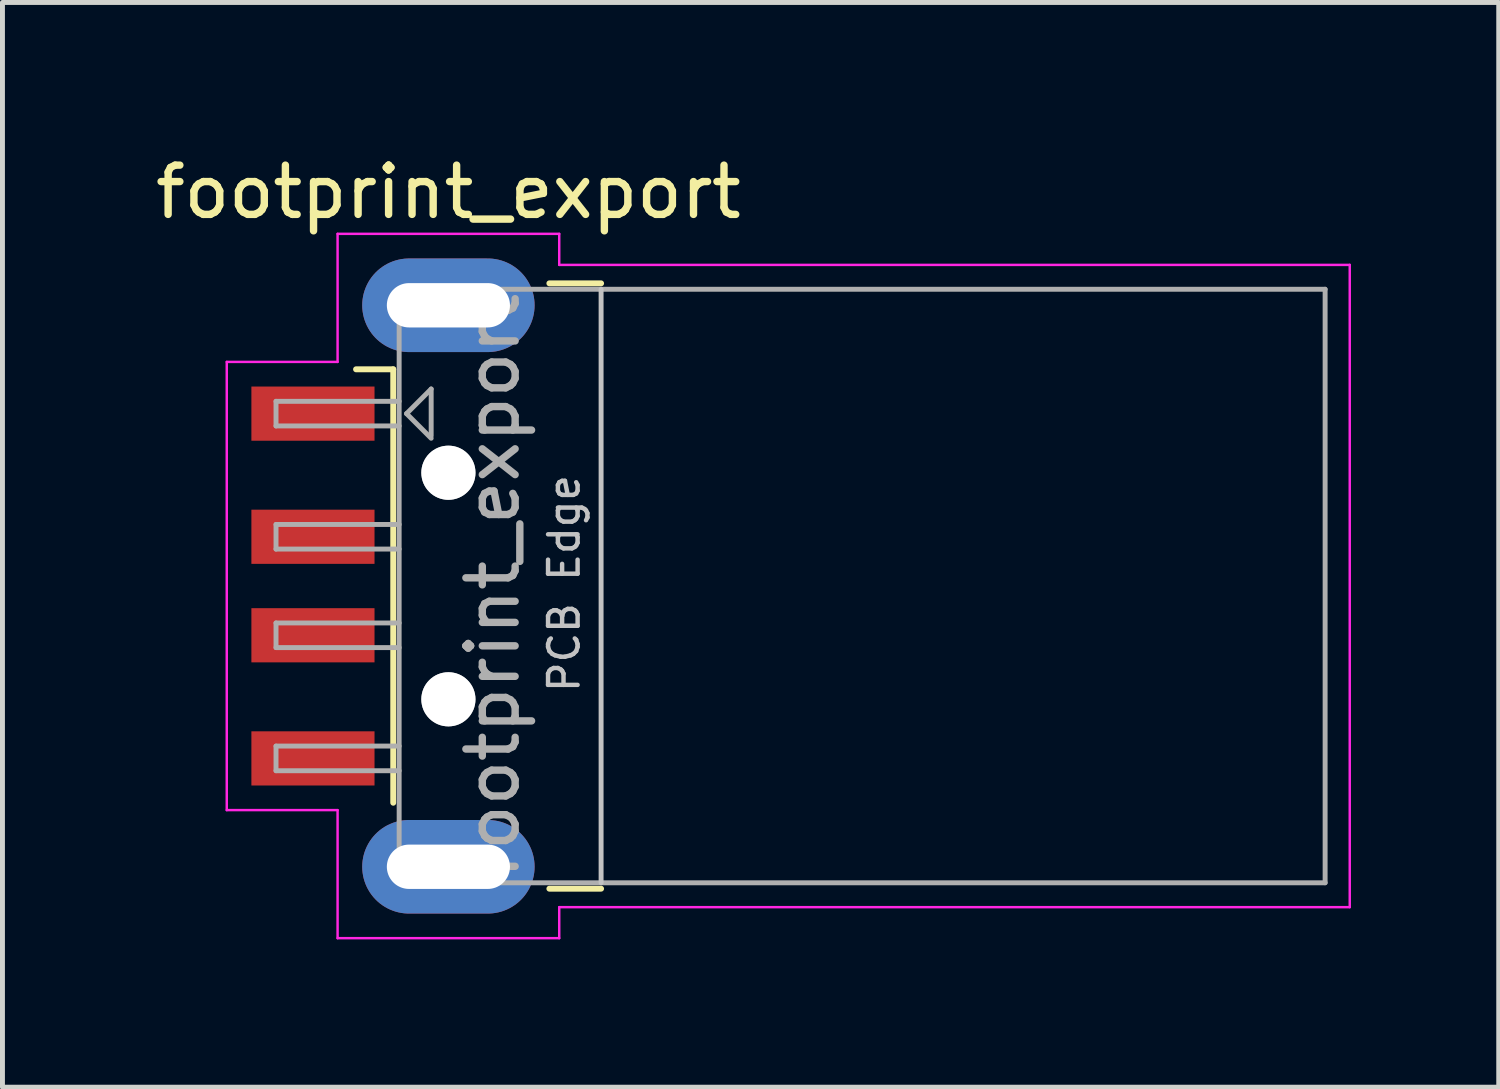
<source format=kicad_pcb>
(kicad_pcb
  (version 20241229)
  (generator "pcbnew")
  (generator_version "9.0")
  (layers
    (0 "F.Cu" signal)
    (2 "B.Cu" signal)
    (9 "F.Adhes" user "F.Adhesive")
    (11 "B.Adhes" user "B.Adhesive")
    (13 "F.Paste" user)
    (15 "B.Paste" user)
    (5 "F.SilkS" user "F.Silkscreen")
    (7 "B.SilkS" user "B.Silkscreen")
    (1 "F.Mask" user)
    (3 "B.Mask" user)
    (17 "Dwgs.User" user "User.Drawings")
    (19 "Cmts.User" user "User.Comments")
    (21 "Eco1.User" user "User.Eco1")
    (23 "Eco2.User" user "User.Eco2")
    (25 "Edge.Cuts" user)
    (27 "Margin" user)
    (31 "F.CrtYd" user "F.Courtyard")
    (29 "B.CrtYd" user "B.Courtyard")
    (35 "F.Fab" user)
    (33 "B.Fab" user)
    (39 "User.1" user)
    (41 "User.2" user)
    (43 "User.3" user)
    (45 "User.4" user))
  (footprint "footprint_export"
    (layer "F.Cu")
    (at 12.954 8.848)
    (property "Reference" "footprint_export" (at -6.9 -8 0) (layer "F.SilkS") (effects (font (size 1 1) (thickness 0.15))))
    (attr smd)
    (fp_line (start -8.02 -4.4) (end -8.775 -4.4) (stroke (width 0.12) (type solid)) (layer "F.SilkS"))
    (fp_line (start -8.02 -4.4) (end -8.02 4.4) (stroke (width 0.12) (type solid)) (layer "F.SilkS"))
    (fp_line (start -4.85 -6.145) (end -3.8 -6.145) (stroke (width 0.12) (type solid)) (layer "F.SilkS"))
    (fp_line (start -4.85 6.145) (end -3.8 6.145) (stroke (width 0.12) (type solid)) (layer "F.SilkS"))
    (fp_line (start -3.8 6.025) (end -3.8 -6.025) (stroke (width 0.1) (type solid)) (layer "Dwgs.User"))
    (fp_line (start -11.4 -4.55) (end -9.15 -4.55) (stroke (width 0.05) (type solid)) (layer "F.CrtYd"))
    (fp_line (start -11.4 4.55) (end -11.4 -4.55) (stroke (width 0.05) (type solid)) (layer "F.CrtYd"))
    (fp_line (start -11.4 4.55) (end -9.15 4.55) (stroke (width 0.05) (type solid)) (layer "F.CrtYd"))
    (fp_line (start -9.15 -7.15) (end -9.15 -4.55) (stroke (width 0.05) (type solid)) (layer "F.CrtYd"))
    (fp_line (start -9.15 -7.15) (end -4.65 -7.15) (stroke (width 0.05) (type solid)) (layer "F.CrtYd"))
    (fp_line (start -9.15 4.55) (end -9.15 7.15) (stroke (width 0.05) (type solid)) (layer "F.CrtYd"))
    (fp_line (start -9.15 7.15) (end -4.65 7.15) (stroke (width 0.05) (type solid)) (layer "F.CrtYd"))
    (fp_line (start -4.65 -6.52) (end -4.65 -7.15) (stroke (width 0.05) (type solid)) (layer "F.CrtYd"))
    (fp_line (start -4.65 -6.52) (end 11.4 -6.52) (stroke (width 0.05) (type solid)) (layer "F.CrtYd"))
    (fp_line (start -4.65 6.52) (end 11.4 6.52) (stroke (width 0.05) (type solid)) (layer "F.CrtYd"))
    (fp_line (start -4.65 7.15) (end -4.65 6.52) (stroke (width 0.05) (type solid)) (layer "F.CrtYd"))
    (fp_line (start 11.4 6.52) (end 11.4 -6.52) (stroke (width 0.05) (type solid)) (layer "F.CrtYd"))
    (fp_line (start -10.4 -3.75) (end -7.9 -3.75) (stroke (width 0.1) (type solid)) (layer "F.Fab"))
    (fp_line (start -10.4 -3.25) (end -10.4 -3.75) (stroke (width 0.1) (type solid)) (layer "F.Fab"))
    (fp_line (start -10.4 -3.25) (end -7.9 -3.25) (stroke (width 0.1) (type solid)) (layer "F.Fab"))
    (fp_line (start -10.4 -1.25) (end -7.9 -1.25) (stroke (width 0.1) (type solid)) (layer "F.Fab"))
    (fp_line (start -10.4 -0.75) (end -10.4 -1.25) (stroke (width 0.1) (type solid)) (layer "F.Fab"))
    (fp_line (start -10.4 -0.75) (end -7.9 -0.75) (stroke (width 0.1) (type solid)) (layer "F.Fab"))
    (fp_line (start -10.4 0.75) (end -7.9 0.75) (stroke (width 0.1) (type solid)) (layer "F.Fab"))
    (fp_line (start -10.4 1.25) (end -10.4 0.75) (stroke (width 0.1) (type solid)) (layer "F.Fab"))
    (fp_line (start -10.4 1.25) (end -7.9 1.25) (stroke (width 0.1) (type solid)) (layer "F.Fab"))
    (fp_line (start -10.4 3.25) (end -7.9 3.25) (stroke (width 0.1) (type solid)) (layer "F.Fab"))
    (fp_line (start -10.4 3.75) (end -10.4 3.25) (stroke (width 0.1) (type solid)) (layer "F.Fab"))
    (fp_line (start -10.4 3.75) (end -7.9 3.75) (stroke (width 0.1) (type solid)) (layer "F.Fab"))
    (fp_line (start -7.9 -6.025) (end 10.9 -6.025) (stroke (width 0.1) (type solid)) (layer "F.Fab"))
    (fp_line (start -7.9 6.025) (end -7.9 -6.025) (stroke (width 0.1) (type solid)) (layer "F.Fab"))
    (fp_line (start -7.9 6.025) (end 10.9 6.025) (stroke (width 0.1) (type solid)) (layer "F.Fab"))
    (fp_line (start -7.75 -3.5) (end -7.25 -4) (stroke (width 0.1) (type solid)) (layer "F.Fab"))
    (fp_line (start -7.75 -3.5) (end -7.25 -3) (stroke (width 0.1) (type solid)) (layer "F.Fab"))
    (fp_line (start -7.25 -4) (end -7.25 -3.05) (stroke (width 0.1) (type solid)) (layer "F.Fab"))
    (fp_line (start 10.9 6.025) (end 10.9 -6.025) (stroke (width 0.1) (type solid)) (layer "F.Fab"))
    (fp_circle (center -6.9 -2.3) (end -6.9 -2.8) (stroke (width 0.1) (type solid)) (fill no) (layer "F.Fab"))
    (fp_circle (center -6.9 2.3) (end -6.9 2.8) (stroke (width 0.1) (type solid)) (fill no) (layer "F.Fab"))
    (fp_text user "PCB Edge" (at -4.55 -0.05 90) (layer "Dwgs.User") (effects (font (size 0.6 0.6) (thickness 0.09))))
    (fp_text user "${REFERENCE}" (at -6 0 90) (layer "F.Fab") (effects (font (size 1 1) (thickness 0.15))))
    (pad "" np_thru_hole circle (at -6.9 -2.3) (size 1.1 1.1) (drill 1.1) (layers "*.Cu" "*.Mask"))
    (pad "" np_thru_hole circle (at -6.9 2.3) (size 1.1 1.1) (drill 1.1) (layers "*.Cu" "*.Mask"))
    (pad "1" smd rect (at -9.65 -3.5) (size 2.5 1.1) (layers "F.Cu" "F.Mask" "F.Paste"))
    (pad "2" smd rect (at -9.65 -1) (size 2.5 1.1) (layers "F.Cu" "F.Mask" "F.Paste"))
    (pad "3" smd rect (at -9.65 1) (size 2.5 1.1) (layers "F.Cu" "F.Mask" "F.Paste"))
    (pad "4" smd rect (at -9.65 3.5) (size 2.5 1.1) (layers "F.Cu" "F.Mask" "F.Paste"))
    (pad "5" thru_hole oval (at -6.9 -5.7) (size 3.5 1.9) (drill oval 2.5 0.9) (layers "*.Cu" "*.Mask"))
    (pad "5" thru_hole oval (at -6.9 5.7) (size 3.5 1.9) (drill oval 2.5 0.9) (layers "*.Cu" "*.Mask")))
  (gr_rect
    (start -3 -3)
    (end 27.379 19.023)
    (stroke (width 0.1) (type default))
    (fill no)
    (layer "Edge.Cuts")))
</source>
